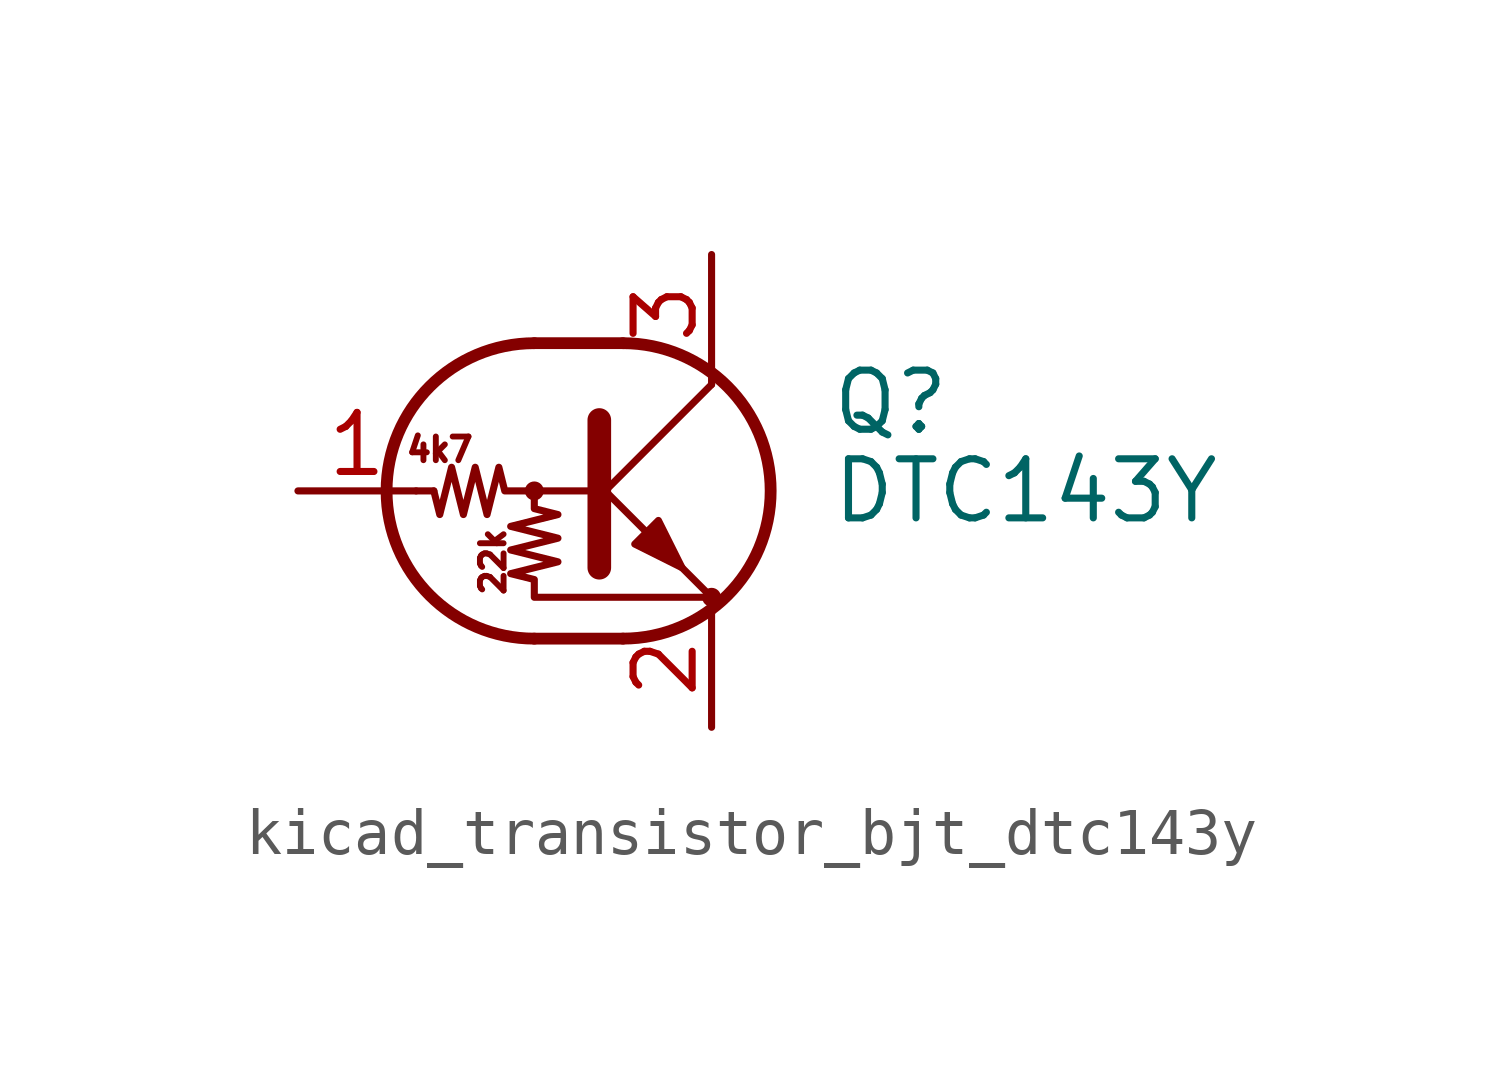
<source format=kicad_sym>
(kicad_symbol_lib
  (version 20220914)
  (generator kicad_symbol_editor)
  (symbol "kicad_transistor_bjt_dtc143y"
    (pin_names
      (offset 0) hide)
    (property "Reference" "Q"
      (at 5.08 1.905 0)
      (effects (font (size 1.27 1.27)) (justify left)))
    (property "Value" "DTC143Y"
      (at 5.08 0 0)
      (effects (font (size 1.27 1.27)) (justify left)))
    (symbol "kicad_transistor_bjt_dtc143y_0_0"
      (text "22k" (at -2.159 -1.524 900) (effects (font (size 0.508 0.508))))
      (text "4k7" (at -3.302 0.889 0) (effects (font (size 0.508 0.508)))))
    (symbol "kicad_transistor_bjt_dtc143y_0_1"
      (circle (center -1.27 0) (radius 0.127) (stroke (width 0) (type default)) (fill (type none)))
      (arc (start -1.27 3.175) (mid -4.4312 0) (end -1.27 -3.175) (stroke (width 0.254) (type default)) (fill (type none)))
      (polyline (pts (xy -3.429 0) (xy -3.81 0)) (stroke (width 0) (type default)) (fill (type none)))
      (polyline (pts (xy -1.27 -3.175) (xy 0.635 -3.175)) (stroke (width 0.254) (type default)) (fill (type none)))
      (polyline (pts (xy -1.27 3.175) (xy 0.635 3.175)) (stroke (width 0.254) (type default)) (fill (type none)))
      (polyline (pts (xy 0 -0.254) (xy 2.54 2.286)) (stroke (width 0) (type default)) (fill (type none)))
      (polyline (pts (xy 0.127 1.524) (xy 0.127 -1.651)) (stroke (width 0.508) (type default)) (fill (type outline)))
      (polyline (pts (xy 2.54 2.286) (xy 2.54 2.54)) (stroke (width 0) (type default)) (fill (type none)))
      (polyline (pts (xy 2.54 -2.286) (xy 0 0.254) (xy 0 0.254)) (stroke (width 0) (type default)) (fill (type none)))
      (polyline (pts (xy 0.889 -1.143) (xy 1.397 -0.635) (xy 1.905 -1.651) (xy 0.889 -1.143)) (stroke (width 0) (type default)) (fill (type outline)))
      (polyline (pts (xy 0 0) (xy -1.905 0) (xy -2.032 0.508) (xy -2.286 -0.508) (xy -2.54 0.508) (xy -2.794 -0.508) (xy -3.048 0.508) (xy -3.302 -0.508) (xy -3.429 0)) (stroke (width 0) (type default)) (fill (type none)))
      (polyline (pts (xy -1.27 0) (xy -1.27 -0.381) (xy -0.762 -0.508) (xy -1.778 -0.762) (xy -0.762 -1.016) (xy -1.778 -1.27) (xy -0.762 -1.524) (xy -1.778 -1.778) (xy -1.27 -1.905) (xy -1.27 -2.286) (xy 2.54 -2.286)) (stroke (width 0) (type default)) (fill (type none)))
      (arc (start 0.635 -3.175) (mid 3.7962 0) (end 0.635 3.175) (stroke (width 0.254) (type default)) (fill (type none)))
      (circle (center 2.54 -2.286) (radius 0.127) (stroke (width 0) (type default)) (fill (type none))))
    (symbol "kicad_transistor_bjt_dtc143y_1_1"
      (pin input line (at -6.35 0 0) (length 2.54) (name "B" (effects (font (size 1.27 1.27)))) (number "1" (effects (font (size 1.27 1.27)))))
      (pin passive line (at 2.54 -5.08 90) (length 2.54) (name "E" (effects (font (size 1.27 1.27)))) (number "2" (effects (font (size 1.27 1.27)))))
      (pin passive line (at 2.54 5.08 270) (length 2.54) (name "C" (effects (font (size 1.27 1.27)))) (number "3" (effects (font (size 1.27 1.27))))))))
</source>
